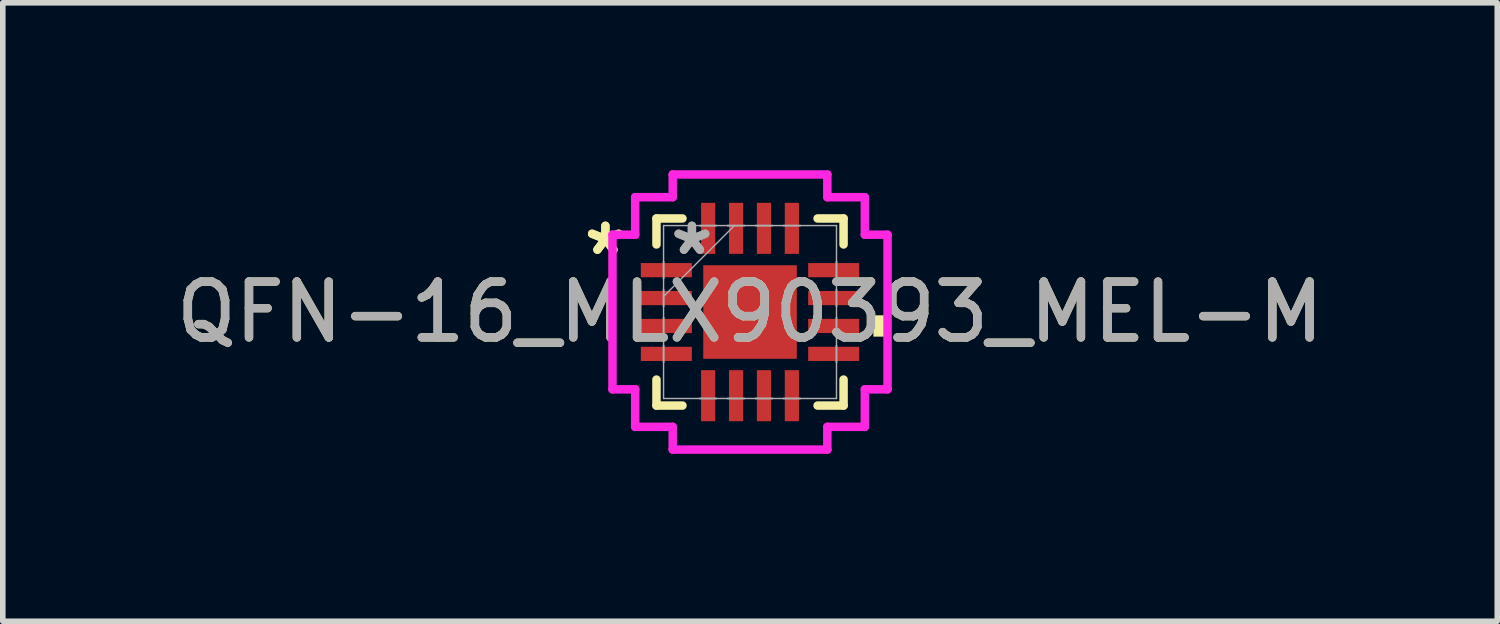
<source format=kicad_pcb>
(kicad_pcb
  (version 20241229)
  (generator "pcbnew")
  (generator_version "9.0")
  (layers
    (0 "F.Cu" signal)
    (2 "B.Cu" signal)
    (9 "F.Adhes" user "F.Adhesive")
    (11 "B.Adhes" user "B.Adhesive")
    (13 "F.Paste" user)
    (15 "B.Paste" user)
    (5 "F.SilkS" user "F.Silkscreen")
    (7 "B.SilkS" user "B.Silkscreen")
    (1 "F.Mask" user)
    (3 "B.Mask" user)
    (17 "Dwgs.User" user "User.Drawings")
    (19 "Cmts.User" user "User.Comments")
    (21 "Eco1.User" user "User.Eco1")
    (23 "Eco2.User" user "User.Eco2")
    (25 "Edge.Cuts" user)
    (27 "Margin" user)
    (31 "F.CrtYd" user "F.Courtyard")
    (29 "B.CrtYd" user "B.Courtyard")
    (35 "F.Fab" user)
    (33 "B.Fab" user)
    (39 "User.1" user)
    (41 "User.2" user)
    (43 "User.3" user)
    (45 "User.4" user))
  (footprint "QFN-16_MLX90393_MEL-M"
    (layer "F.Cu")
    (at 10.387 2.54)
    (property "Reference" "QFN-16_MLX90393_MEL-M" (at 0 0 0) (unlocked yes) (layer "F.SilkS") (effects (font (size 1 1) (thickness 0.15))))
    (attr smd)
    (fp_line (start -1.676 -1.676) (end -1.676 -1.21) (stroke (width 0.152) (type solid)) (layer "F.SilkS"))
    (fp_line (start -1.676 1.21) (end -1.676 1.676) (stroke (width 0.152) (type solid)) (layer "F.SilkS"))
    (fp_line (start -1.676 1.676) (end -1.21 1.676) (stroke (width 0.152) (type solid)) (layer "F.SilkS"))
    (fp_line (start -1.21 -1.676) (end -1.676 -1.676) (stroke (width 0.152) (type solid)) (layer "F.SilkS"))
    (fp_line (start 1.21 1.676) (end 1.676 1.676) (stroke (width 0.152) (type solid)) (layer "F.SilkS"))
    (fp_line (start 1.676 -1.676) (end 1.21 -1.676) (stroke (width 0.152) (type solid)) (layer "F.SilkS"))
    (fp_line (start 1.676 -1.21) (end 1.676 -1.676) (stroke (width 0.152) (type solid)) (layer "F.SilkS"))
    (fp_line (start 1.676 1.676) (end 1.676 1.21) (stroke (width 0.152) (type solid)) (layer "F.SilkS"))
    (fp_poly (pts (xy 2.464 0.059) (xy 2.464 0.441) (xy 2.21 0.441) (xy 2.21 0.059)) (stroke (width 0) (type solid)) (fill yes) (layer "F.SilkS"))
    (fp_line (start -2.464 -1.385) (end -2.057 -1.385) (stroke (width 0.152) (type solid)) (layer "F.CrtYd"))
    (fp_line (start -2.464 1.385) (end -2.464 -1.385) (stroke (width 0.152) (type solid)) (layer "F.CrtYd"))
    (fp_line (start -2.057 -2.057) (end -1.385 -2.057) (stroke (width 0.152) (type solid)) (layer "F.CrtYd"))
    (fp_line (start -2.057 -1.385) (end -2.057 -2.057) (stroke (width 0.152) (type solid)) (layer "F.CrtYd"))
    (fp_line (start -2.057 1.385) (end -2.464 1.385) (stroke (width 0.152) (type solid)) (layer "F.CrtYd"))
    (fp_line (start -2.057 2.057) (end -2.057 1.385) (stroke (width 0.152) (type solid)) (layer "F.CrtYd"))
    (fp_line (start -1.385 -2.464) (end 1.385 -2.464) (stroke (width 0.152) (type solid)) (layer "F.CrtYd"))
    (fp_line (start -1.385 -2.057) (end -1.385 -2.464) (stroke (width 0.152) (type solid)) (layer "F.CrtYd"))
    (fp_line (start -1.385 2.057) (end -2.057 2.057) (stroke (width 0.152) (type solid)) (layer "F.CrtYd"))
    (fp_line (start -1.385 2.464) (end -1.385 2.057) (stroke (width 0.152) (type solid)) (layer "F.CrtYd"))
    (fp_line (start 1.385 -2.464) (end 1.385 -2.057) (stroke (width 0.152) (type solid)) (layer "F.CrtYd"))
    (fp_line (start 1.385 -2.057) (end 2.057 -2.057) (stroke (width 0.152) (type solid)) (layer "F.CrtYd"))
    (fp_line (start 1.385 2.057) (end 1.385 2.464) (stroke (width 0.152) (type solid)) (layer "F.CrtYd"))
    (fp_line (start 1.385 2.464) (end -1.385 2.464) (stroke (width 0.152) (type solid)) (layer "F.CrtYd"))
    (fp_line (start 2.057 -2.057) (end 2.057 -1.385) (stroke (width 0.152) (type solid)) (layer "F.CrtYd"))
    (fp_line (start 2.057 -1.385) (end 2.464 -1.385) (stroke (width 0.152) (type solid)) (layer "F.CrtYd"))
    (fp_line (start 2.057 1.385) (end 2.057 2.057) (stroke (width 0.152) (type solid)) (layer "F.CrtYd"))
    (fp_line (start 2.057 2.057) (end 1.385 2.057) (stroke (width 0.152) (type solid)) (layer "F.CrtYd"))
    (fp_line (start 2.464 -1.385) (end 2.464 1.385) (stroke (width 0.152) (type solid)) (layer "F.CrtYd"))
    (fp_line (start 2.464 1.385) (end 2.057 1.385) (stroke (width 0.152) (type solid)) (layer "F.CrtYd"))
    (fp_line (start -1.549 -1.549) (end -1.549 -1.549) (stroke (width 0.025) (type solid)) (layer "F.Fab"))
    (fp_line (start -1.549 -1.549) (end -1.549 1.549) (stroke (width 0.025) (type solid)) (layer "F.Fab"))
    (fp_line (start -1.549 -0.902) (end -1.549 -0.902) (stroke (width 0.025) (type solid)) (layer "F.Fab"))
    (fp_line (start -1.549 -0.902) (end -1.549 -0.598) (stroke (width 0.025) (type solid)) (layer "F.Fab"))
    (fp_line (start -1.549 -0.598) (end -1.549 -0.902) (stroke (width 0.025) (type solid)) (layer "F.Fab"))
    (fp_line (start -1.549 -0.598) (end -1.549 -0.598) (stroke (width 0.025) (type solid)) (layer "F.Fab"))
    (fp_line (start -1.549 -0.402) (end -1.549 -0.402) (stroke (width 0.025) (type solid)) (layer "F.Fab"))
    (fp_line (start -1.549 -0.402) (end -1.549 -0.098) (stroke (width 0.025) (type solid)) (layer "F.Fab"))
    (fp_line (start -1.549 -0.279) (end -0.279 -1.549) (stroke (width 0.025) (type solid)) (layer "F.Fab"))
    (fp_line (start -1.549 -0.098) (end -1.549 -0.402) (stroke (width 0.025) (type solid)) (layer "F.Fab"))
    (fp_line (start -1.549 -0.098) (end -1.549 -0.098) (stroke (width 0.025) (type solid)) (layer "F.Fab"))
    (fp_line (start -1.549 0.098) (end -1.549 0.098) (stroke (width 0.025) (type solid)) (layer "F.Fab"))
    (fp_line (start -1.549 0.098) (end -1.549 0.402) (stroke (width 0.025) (type solid)) (layer "F.Fab"))
    (fp_line (start -1.549 0.402) (end -1.549 0.098) (stroke (width 0.025) (type solid)) (layer "F.Fab"))
    (fp_line (start -1.549 0.402) (end -1.549 0.402) (stroke (width 0.025) (type solid)) (layer "F.Fab"))
    (fp_line (start -1.549 0.598) (end -1.549 0.598) (stroke (width 0.025) (type solid)) (layer "F.Fab"))
    (fp_line (start -1.549 0.598) (end -1.549 0.902) (stroke (width 0.025) (type solid)) (layer "F.Fab"))
    (fp_line (start -1.549 0.902) (end -1.549 0.598) (stroke (width 0.025) (type solid)) (layer "F.Fab"))
    (fp_line (start -1.549 0.902) (end -1.549 0.902) (stroke (width 0.025) (type solid)) (layer "F.Fab"))
    (fp_line (start -1.549 1.549) (end -1.549 1.549) (stroke (width 0.025) (type solid)) (layer "F.Fab"))
    (fp_line (start -1.549 1.549) (end 1.549 1.549) (stroke (width 0.025) (type solid)) (layer "F.Fab"))
    (fp_line (start -0.902 -1.549) (end -0.902 -1.549) (stroke (width 0.025) (type solid)) (layer "F.Fab"))
    (fp_line (start -0.902 -1.549) (end -0.598 -1.549) (stroke (width 0.025) (type solid)) (layer "F.Fab"))
    (fp_line (start -0.902 1.549) (end -0.902 1.549) (stroke (width 0.025) (type solid)) (layer "F.Fab"))
    (fp_line (start -0.902 1.549) (end -0.598 1.549) (stroke (width 0.025) (type solid)) (layer "F.Fab"))
    (fp_line (start -0.598 -1.549) (end -0.902 -1.549) (stroke (width 0.025) (type solid)) (layer "F.Fab"))
    (fp_line (start -0.598 -1.549) (end -0.598 -1.549) (stroke (width 0.025) (type solid)) (layer "F.Fab"))
    (fp_line (start -0.598 1.549) (end -0.902 1.549) (stroke (width 0.025) (type solid)) (layer "F.Fab"))
    (fp_line (start -0.598 1.549) (end -0.598 1.549) (stroke (width 0.025) (type solid)) (layer "F.Fab"))
    (fp_line (start -0.402 -1.549) (end -0.402 -1.549) (stroke (width 0.025) (type solid)) (layer "F.Fab"))
    (fp_line (start -0.402 -1.549) (end -0.098 -1.549) (stroke (width 0.025) (type solid)) (layer "F.Fab"))
    (fp_line (start -0.402 1.549) (end -0.402 1.549) (stroke (width 0.025) (type solid)) (layer "F.Fab"))
    (fp_line (start -0.402 1.549) (end -0.098 1.549) (stroke (width 0.025) (type solid)) (layer "F.Fab"))
    (fp_line (start -0.098 -1.549) (end -0.402 -1.549) (stroke (width 0.025) (type solid)) (layer "F.Fab"))
    (fp_line (start -0.098 -1.549) (end -0.098 -1.549) (stroke (width 0.025) (type solid)) (layer "F.Fab"))
    (fp_line (start -0.098 1.549) (end -0.402 1.549) (stroke (width 0.025) (type solid)) (layer "F.Fab"))
    (fp_line (start -0.098 1.549) (end -0.098 1.549) (stroke (width 0.025) (type solid)) (layer "F.Fab"))
    (fp_line (start 0.098 -1.549) (end 0.098 -1.549) (stroke (width 0.025) (type solid)) (layer "F.Fab"))
    (fp_line (start 0.098 -1.549) (end 0.402 -1.549) (stroke (width 0.025) (type solid)) (layer "F.Fab"))
    (fp_line (start 0.098 1.549) (end 0.098 1.549) (stroke (width 0.025) (type solid)) (layer "F.Fab"))
    (fp_line (start 0.098 1.549) (end 0.402 1.549) (stroke (width 0.025) (type solid)) (layer "F.Fab"))
    (fp_line (start 0.402 -1.549) (end 0.098 -1.549) (stroke (width 0.025) (type solid)) (layer "F.Fab"))
    (fp_line (start 0.402 -1.549) (end 0.402 -1.549) (stroke (width 0.025) (type solid)) (layer "F.Fab"))
    (fp_line (start 0.402 1.549) (end 0.098 1.549) (stroke (width 0.025) (type solid)) (layer "F.Fab"))
    (fp_line (start 0.402 1.549) (end 0.402 1.549) (stroke (width 0.025) (type solid)) (layer "F.Fab"))
    (fp_line (start 0.598 -1.549) (end 0.598 -1.549) (stroke (width 0.025) (type solid)) (layer "F.Fab"))
    (fp_line (start 0.598 -1.549) (end 0.902 -1.549) (stroke (width 0.025) (type solid)) (layer "F.Fab"))
    (fp_line (start 0.598 1.549) (end 0.598 1.549) (stroke (width 0.025) (type solid)) (layer "F.Fab"))
    (fp_line (start 0.598 1.549) (end 0.902 1.549) (stroke (width 0.025) (type solid)) (layer "F.Fab"))
    (fp_line (start 0.902 -1.549) (end 0.598 -1.549) (stroke (width 0.025) (type solid)) (layer "F.Fab"))
    (fp_line (start 0.902 -1.549) (end 0.902 -1.549) (stroke (width 0.025) (type solid)) (layer "F.Fab"))
    (fp_line (start 0.902 1.549) (end 0.598 1.549) (stroke (width 0.025) (type solid)) (layer "F.Fab"))
    (fp_line (start 0.902 1.549) (end 0.902 1.549) (stroke (width 0.025) (type solid)) (layer "F.Fab"))
    (fp_line (start 1.549 -1.549) (end -1.549 -1.549) (stroke (width 0.025) (type solid)) (layer "F.Fab"))
    (fp_line (start 1.549 -1.549) (end 1.549 -1.549) (stroke (width 0.025) (type solid)) (layer "F.Fab"))
    (fp_line (start 1.549 -0.902) (end 1.549 -0.902) (stroke (width 0.025) (type solid)) (layer "F.Fab"))
    (fp_line (start 1.549 -0.902) (end 1.549 -0.598) (stroke (width 0.025) (type solid)) (layer "F.Fab"))
    (fp_line (start 1.549 -0.598) (end 1.549 -0.902) (stroke (width 0.025) (type solid)) (layer "F.Fab"))
    (fp_line (start 1.549 -0.598) (end 1.549 -0.598) (stroke (width 0.025) (type solid)) (layer "F.Fab"))
    (fp_line (start 1.549 -0.402) (end 1.549 -0.402) (stroke (width 0.025) (type solid)) (layer "F.Fab"))
    (fp_line (start 1.549 -0.402) (end 1.549 -0.098) (stroke (width 0.025) (type solid)) (layer "F.Fab"))
    (fp_line (start 1.549 -0.098) (end 1.549 -0.402) (stroke (width 0.025) (type solid)) (layer "F.Fab"))
    (fp_line (start 1.549 -0.098) (end 1.549 -0.098) (stroke (width 0.025) (type solid)) (layer "F.Fab"))
    (fp_line (start 1.549 0.098) (end 1.549 0.098) (stroke (width 0.025) (type solid)) (layer "F.Fab"))
    (fp_line (start 1.549 0.098) (end 1.549 0.402) (stroke (width 0.025) (type solid)) (layer "F.Fab"))
    (fp_line (start 1.549 0.402) (end 1.549 0.098) (stroke (width 0.025) (type solid)) (layer "F.Fab"))
    (fp_line (start 1.549 0.402) (end 1.549 0.402) (stroke (width 0.025) (type solid)) (layer "F.Fab"))
    (fp_line (start 1.549 0.598) (end 1.549 0.598) (stroke (width 0.025) (type solid)) (layer "F.Fab"))
    (fp_line (start 1.549 0.598) (end 1.549 0.902) (stroke (width 0.025) (type solid)) (layer "F.Fab"))
    (fp_line (start 1.549 0.902) (end 1.549 0.598) (stroke (width 0.025) (type solid)) (layer "F.Fab"))
    (fp_line (start 1.549 0.902) (end 1.549 0.902) (stroke (width 0.025) (type solid)) (layer "F.Fab"))
    (fp_line (start 1.549 1.549) (end 1.549 -1.549) (stroke (width 0.025) (type solid)) (layer "F.Fab"))
    (fp_line (start 1.549 1.549) (end 1.549 1.549) (stroke (width 0.025) (type solid)) (layer "F.Fab"))
    (fp_text user "*" (at -2.591 -1 0) (unlocked yes) (layer "F.SilkS") (effects (font (size 1 1) (thickness 0.15))))
    (fp_text user "*" (at -2.591 -1 0) (layer "F.SilkS") (effects (font (size 1 1) (thickness 0.15))))
    (fp_text user "*" (at -1.041 -1 0) (unlocked yes) (layer "F.Fab") (effects (font (size 1 1) (thickness 0.15))))
    (fp_text user "${REFERENCE}" (at 0 0 0) (unlocked yes) (layer "F.Fab") (effects (font (size 1 1) (thickness 0.15))))
    (fp_text user "*" (at -1.041 -1 0) (layer "F.Fab") (effects (font (size 1 1) (thickness 0.15))))
    (pad "1" smd rect (at -1.499 -0.75 90) (size 0.254 0.914) (layers "F.Cu" "F.Mask" "F.Paste"))
    (pad "2" smd rect (at -1.499 -0.25 90) (size 0.254 0.914) (layers "F.Cu" "F.Mask" "F.Paste"))
    (pad "3" smd rect (at -1.499 0.25 90) (size 0.254 0.914) (layers "F.Cu" "F.Mask" "F.Paste"))
    (pad "4" smd rect (at -1.499 0.75 90) (size 0.254 0.914) (layers "F.Cu" "F.Mask" "F.Paste"))
    (pad "5" smd rect (at -0.75 1.499) (size 0.254 0.914) (layers "F.Cu" "F.Mask" "F.Paste"))
    (pad "6" smd rect (at -0.25 1.499) (size 0.254 0.914) (layers "F.Cu" "F.Mask" "F.Paste"))
    (pad "7" smd rect (at 0.25 1.499) (size 0.254 0.914) (layers "F.Cu" "F.Mask" "F.Paste"))
    (pad "8" smd rect (at 0.75 1.499) (size 0.254 0.914) (layers "F.Cu" "F.Mask" "F.Paste"))
    (pad "9" smd rect (at 1.499 0.75 90) (size 0.254 0.914) (layers "F.Cu" "F.Mask" "F.Paste"))
    (pad "10" smd rect (at 1.499 0.25 90) (size 0.254 0.914) (layers "F.Cu" "F.Mask" "F.Paste"))
    (pad "11" smd rect (at 1.499 -0.25 90) (size 0.254 0.914) (layers "F.Cu" "F.Mask" "F.Paste"))
    (pad "12" smd rect (at 1.499 -0.75 90) (size 0.254 0.914) (layers "F.Cu" "F.Mask" "F.Paste"))
    (pad "13" smd rect (at 0.75 -1.499) (size 0.254 0.914) (layers "F.Cu" "F.Mask" "F.Paste"))
    (pad "14" smd rect (at 0.25 -1.499) (size 0.254 0.914) (layers "F.Cu" "F.Mask" "F.Paste"))
    (pad "15" smd rect (at -0.25 -1.499) (size 0.254 0.914) (layers "F.Cu" "F.Mask" "F.Paste"))
    (pad "16" smd rect (at -0.75 -1.499) (size 0.254 0.914) (layers "F.Cu" "F.Mask" "F.Paste"))
    (pad "17" smd rect (at 0 0) (size 1.676 1.676) (layers "F.Cu" "F.Mask" "F.Paste")))
  (gr_rect
    (start -3 -3)
    (end 23.774 8.08)
    (stroke (width 0.1) (type default))
    (fill no)
    (layer "Edge.Cuts")))
</source>
